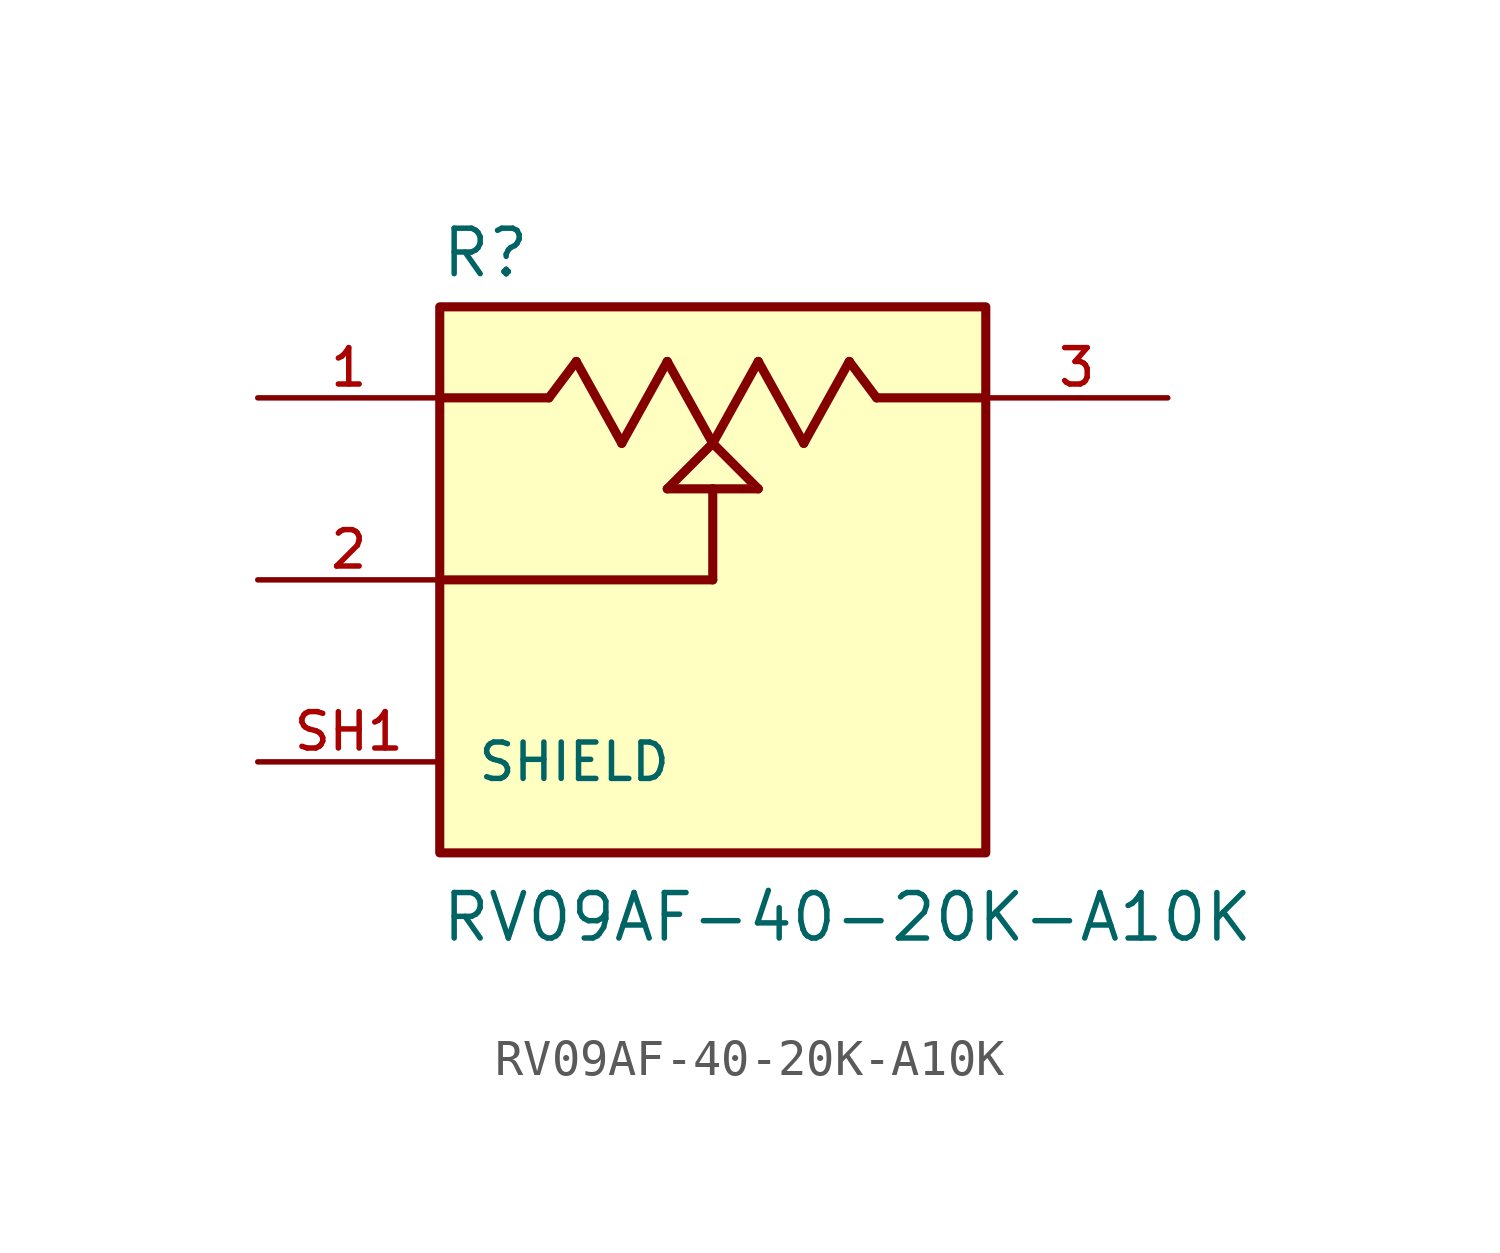
<source format=kicad_sym>
(kicad_symbol_lib
  (version 20211014)
  (generator kicad_symbol_editor)
  (symbol "RV09AF-40-20K-A10K"
    (pin_names
      (offset 1.016))
    (property "Reference" "R"
      (at -7.62 8.382 0)
      (effects (font (size 1.27 1.27)) (justify bottom left)))
    (property "Value" "RV09AF-40-20K-A10K"
      (at -7.62 -10.16 0)
      (effects (font (size 1.27 1.27)) (justify bottom left)))
    (symbol "RV09AF-40-20K-A10K_0_0"
      (polyline (pts (xy -7.62 5.08) (xy -4.572 5.08)) (stroke (width 0.254)))
      (polyline (pts (xy -4.572 5.08) (xy -3.81 6.096)) (stroke (width 0.254)))
      (polyline (pts (xy -3.81 6.096) (xy -2.54 3.81)) (stroke (width 0.254)))
      (polyline (pts (xy -2.54 3.81) (xy -1.27 6.096)) (stroke (width 0.254)))
      (polyline (pts (xy -1.27 6.096) (xy 0.0 3.81)) (stroke (width 0.254)))
      (polyline (pts (xy 0.0 3.81) (xy 1.27 6.096)) (stroke (width 0.254)))
      (polyline (pts (xy 1.27 6.096) (xy 2.54 3.81)) (stroke (width 0.254)))
      (polyline (pts (xy 2.54 3.81) (xy 3.81 6.096)) (stroke (width 0.254)))
      (polyline (pts (xy 3.81 6.096) (xy 4.572 5.08)) (stroke (width 0.254)))
      (polyline (pts (xy 4.572 5.08) (xy 7.62 5.08)) (stroke (width 0.254)))
      (polyline (pts (xy 0.0 3.81) (xy 1.27 2.54)) (stroke (width 0.254)))
      (polyline (pts (xy -1.27 2.54) (xy 0.0 3.81)) (stroke (width 0.254)))
      (polyline (pts (xy 1.27 2.54) (xy 0.0 2.54)) (stroke (width 0.254)))
      (polyline (pts (xy 0.0 2.54) (xy -1.27 2.54)) (stroke (width 0.254)))
      (polyline (pts (xy -7.62 0.0) (xy 0.0 0.0)) (stroke (width 0.254)))
      (polyline (pts (xy 0.0 0.0) (xy 0.0 2.54)) (stroke (width 0.254)))
      (rectangle (start -7.62 -7.62) (end 7.62 7.62) (stroke (width 0.254)) (fill (type background)))
      (pin passive line (at -12.7 5.08 0) (length 5.08) (name "~" (effects (font (size 1.016 1.016)))) (number "1" (effects (font (size 1.016 1.016)))))
      (pin passive line (at 12.7 5.08 180.0) (length 5.08) (name "~" (effects (font (size 1.016 1.016)))) (number "3" (effects (font (size 1.016 1.016)))))
      (pin passive line (at -12.7 0.0 0) (length 5.08) (name "~" (effects (font (size 1.016 1.016)))) (number "2" (effects (font (size 1.016 1.016)))))
      (pin passive line (at -12.7 -5.08 0) (length 5.08) (name "SHIELD" (effects (font (size 1.016 1.016)))) (number "SH1" (effects (font (size 1.016 1.016)))))
      (pin passive line (at -12.7 -5.08 0) (length 5.08) hide (name "SHIELD" (effects (font (size 1.016 1.016)))) (number "SH2" (effects (font (size 1.016 1.016))))))))
</source>
